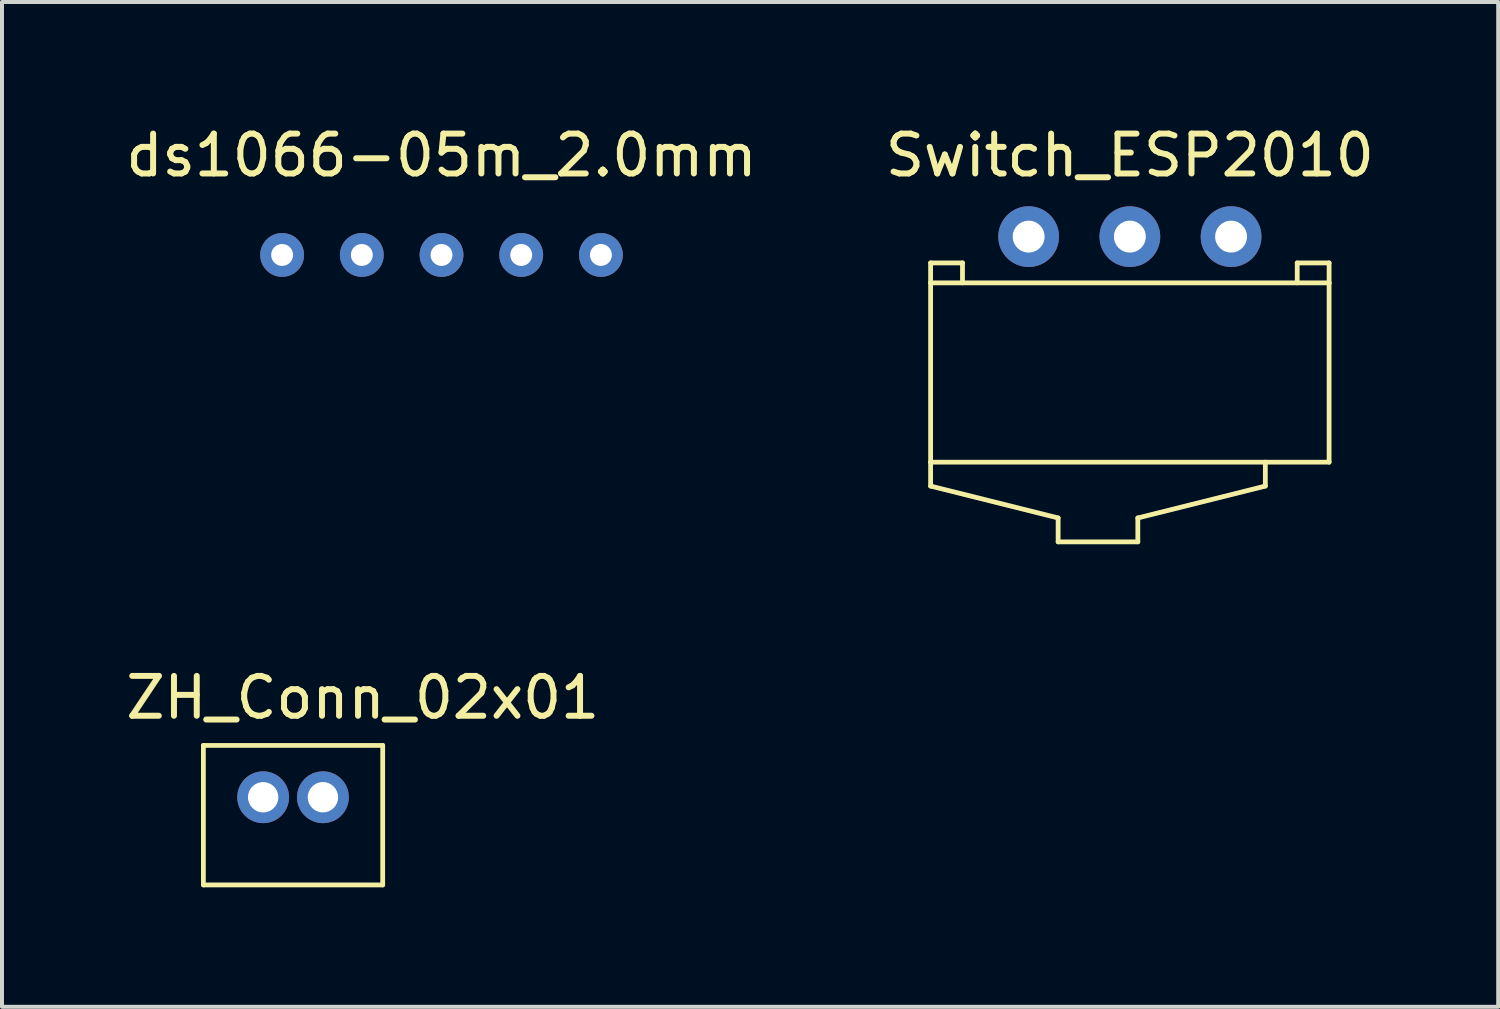
<source format=kicad_pcb>
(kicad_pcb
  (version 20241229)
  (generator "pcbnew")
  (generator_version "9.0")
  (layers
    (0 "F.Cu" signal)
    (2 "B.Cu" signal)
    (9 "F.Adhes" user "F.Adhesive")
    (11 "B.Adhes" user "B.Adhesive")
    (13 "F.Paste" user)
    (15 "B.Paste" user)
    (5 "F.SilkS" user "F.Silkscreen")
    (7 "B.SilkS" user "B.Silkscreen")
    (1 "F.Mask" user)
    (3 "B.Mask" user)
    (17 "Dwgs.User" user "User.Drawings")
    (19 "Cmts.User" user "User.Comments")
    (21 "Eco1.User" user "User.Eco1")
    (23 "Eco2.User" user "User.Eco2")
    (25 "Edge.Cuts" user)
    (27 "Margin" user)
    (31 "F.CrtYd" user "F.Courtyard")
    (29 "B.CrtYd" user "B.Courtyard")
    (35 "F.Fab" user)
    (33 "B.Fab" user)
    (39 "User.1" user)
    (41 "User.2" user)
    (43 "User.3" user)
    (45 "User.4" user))
  (footprint "Switch_ESP2010"
    (layer "F.Cu")
    (at 25.304 0.348)
    (property "Reference" "Switch_ESP2010" (at 0 0.5 0) (layer "F.SilkS") (effects (font (size 1 1) (thickness 0.15))))
    (attr through_hole)
    (fp_line (start -5 3.2) (end -4.2 3.2) (stroke (width 0.12) (type solid)) (layer "F.SilkS"))
    (fp_line (start -5 3.7) (end -5 3.2) (stroke (width 0.12) (type solid)) (layer "F.SilkS"))
    (fp_line (start -5 3.7) (end -5 8.2) (stroke (width 0.12) (type solid)) (layer "F.SilkS"))
    (fp_line (start -5 8.2) (end -5 8.8) (stroke (width 0.12) (type solid)) (layer "F.SilkS"))
    (fp_line (start -5 8.2) (end 5 8.2) (stroke (width 0.12) (type solid)) (layer "F.SilkS"))
    (fp_line (start -4.2 3.2) (end -4.2 3.7) (stroke (width 0.12) (type solid)) (layer "F.SilkS"))
    (fp_line (start -1.8 9.6) (end -5 8.8) (stroke (width 0.12) (type solid)) (layer "F.SilkS"))
    (fp_line (start -1.8 9.6) (end -1.8 10.2) (stroke (width 0.12) (type solid)) (layer "F.SilkS"))
    (fp_line (start 0.2 9.6) (end 0.2 10.2) (stroke (width 0.12) (type solid)) (layer "F.SilkS"))
    (fp_line (start 0.2 9.6) (end 3.4 8.8) (stroke (width 0.12) (type solid)) (layer "F.SilkS"))
    (fp_line (start 0.2 10.2) (end -1.8 10.2) (stroke (width 0.12) (type solid)) (layer "F.SilkS"))
    (fp_line (start 3.4 8.8) (end 3.4 8.2) (stroke (width 0.12) (type solid)) (layer "F.SilkS"))
    (fp_line (start 4.2 3.2) (end 5 3.2) (stroke (width 0.12) (type solid)) (layer "F.SilkS"))
    (fp_line (start 4.2 3.7) (end 4.2 3.2) (stroke (width 0.12) (type solid)) (layer "F.SilkS"))
    (fp_line (start 5 3.2) (end 5 3.7) (stroke (width 0.12) (type solid)) (layer "F.SilkS"))
    (fp_line (start 5 3.7) (end -5 3.7) (stroke (width 0.12) (type solid)) (layer "F.SilkS"))
    (fp_line (start 5 3.7) (end 5 8.2) (stroke (width 0.12) (type solid)) (layer "F.SilkS"))
    (pad "1" thru_hole circle (at -2.54 2.54) (size 1.524 1.524) (drill 0.8) (layers "*.Cu" "*.Mask"))
    (pad "2" thru_hole circle (at 0 2.54) (size 1.524 1.524) (drill 0.8) (layers "*.Cu" "*.Mask"))
    (pad "3" thru_hole circle (at 2.54 2.54) (size 1.524 1.524) (drill 0.8) (layers "*.Cu" "*.Mask")))
  (footprint "ds1066-05m_2.0mm"
    (layer "F.Cu")
    (at 8.03 0.348)
    (property "Reference" "ds1066-05m_2.0mm" (at 0 0.5 0) (layer "F.SilkS") (effects (font (size 1 1) (thickness 0.15))))
    (attr through_hole)
    (pad "1" thru_hole circle (at -4 3) (size 1.1 1.1) (drill 0.55) (layers "*.Cu" "*.Mask"))
    (pad "2" thru_hole circle (at -2 3) (size 1.1 1.1) (drill 0.55) (layers "*.Cu" "*.Mask"))
    (pad "3" thru_hole circle (at 0 3) (size 1.1 1.1) (drill 0.55) (layers "*.Cu" "*.Mask"))
    (pad "4" thru_hole circle (at 2 3) (size 1.1 1.1) (drill 0.55) (layers "*.Cu" "*.Mask"))
    (pad "5" thru_hole circle (at 4 3) (size 1.1 1.1) (drill 0.55) (layers "*.Cu" "*.Mask")))
  (footprint "ZH_Conn_02x01"
    (layer "F.Cu")
    (at 7.054 13.957)
    (property "Reference" "ZH_Conn_02x01" (at -1 0.5 0) (layer "F.SilkS") (effects (font (size 1 1) (thickness 0.15))))
    (attr through_hole)
    (fp_line (start -5 1.7) (end -0.5 1.7) (stroke (width 0.12) (type solid)) (layer "F.SilkS"))
    (fp_line (start -5 5.2) (end -5 1.7) (stroke (width 0.12) (type solid)) (layer "F.SilkS"))
    (fp_line (start -0.5 1.7) (end -0.5 5.2) (stroke (width 0.12) (type solid)) (layer "F.SilkS"))
    (fp_line (start -0.5 5.2) (end -5 5.2) (stroke (width 0.12) (type solid)) (layer "F.SilkS"))
    (pad "1" thru_hole circle (at -3.5 3) (size 1.3 1.3) (drill 0.762) (layers "*.Cu" "*.Mask"))
    (pad "2" thru_hole circle (at -2 3) (size 1.3 1.3) (drill 0.762) (layers "*.Cu" "*.Mask")))
  (gr_rect
    (start -3 -3)
    (end 34.548 22.216)
    (stroke (width 0.1) (type default))
    (fill no)
    (layer "Edge.Cuts")))
</source>
